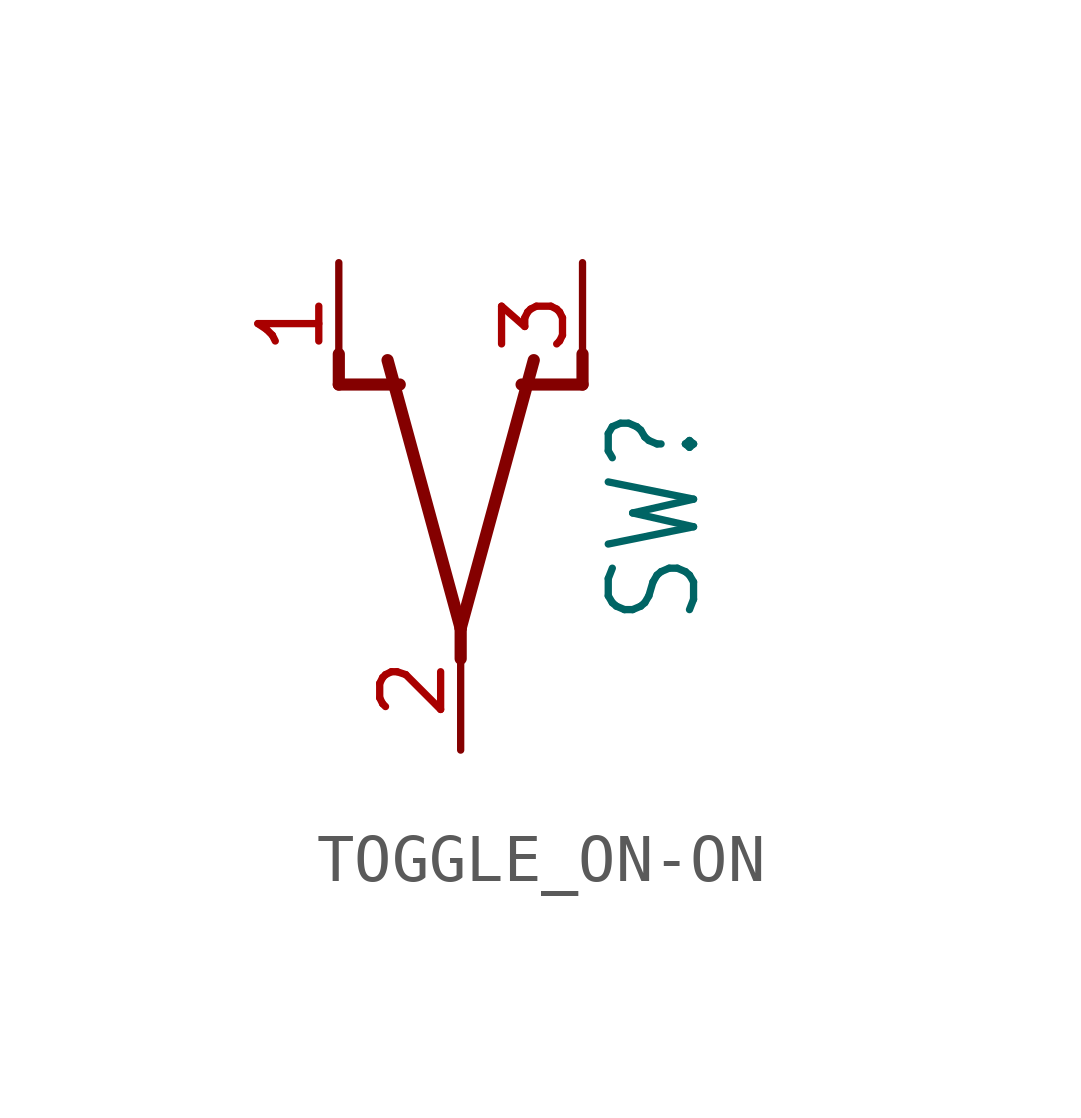
<source format=kicad_sym>
(kicad_symbol_lib
  (version 20231120)
  (generator "kicad_symbol_editor")
  (generator_version "8.0")
  (symbol "TOGGLE_ON-ON"
    (property "Reference" "SW"
      (at 5.08 -2.54 90)
      (effects (font (size 1.778 1.511)) (justify left bottom)))
    (property "Value" ""
      (at 7.62 -2.54 90)
      (effects (font (size 1.778 1.511)) (justify left bottom)))
    (property "ki_locked" ""
      (at 0 0 0)
      (effects (font (size 1.27 1.27))))
    (symbol "TOGGLE_ON-ON_1_0"
      (polyline (pts (xy -2.54 2.54) (xy -2.54 3.175)) (stroke (width 0.254) (type solid)) (fill (type none)))
      (polyline (pts (xy -2.54 2.54) (xy -1.27 2.54)) (stroke (width 0.254) (type solid)) (fill (type none)))
      (polyline (pts (xy 0 -3.175) (xy 0 -2.54)) (stroke (width 0.254) (type solid)) (fill (type none)))
      (polyline (pts (xy 0 -2.54) (xy -1.524 3.048)) (stroke (width 0.254) (type solid)) (fill (type none)))
      (polyline (pts (xy 0 -2.54) (xy 1.524 3.048)) (stroke (width 0.254) (type solid)) (fill (type none)))
      (polyline (pts (xy 1.27 2.54) (xy 2.54 2.54)) (stroke (width 0.254) (type solid)) (fill (type none)))
      (polyline (pts (xy 2.54 2.54) (xy 2.54 3.175)) (stroke (width 0.254) (type solid)) (fill (type none)))
      (pin passive line (at -2.54 5.08 270) (length 2.54) (name "O" (effects (font (size 0 0)))) (number "1" (effects (font (size 1.27 1.27)))))
      (pin passive line (at 0 -5.08 90) (length 2.54) (name "P" (effects (font (size 0 0)))) (number "2" (effects (font (size 1.27 1.27)))))
      (pin passive line (at 2.54 5.08 270) (length 2.54) (name "S" (effects (font (size 0 0)))) (number "3" (effects (font (size 1.27 1.27))))))))
</source>
